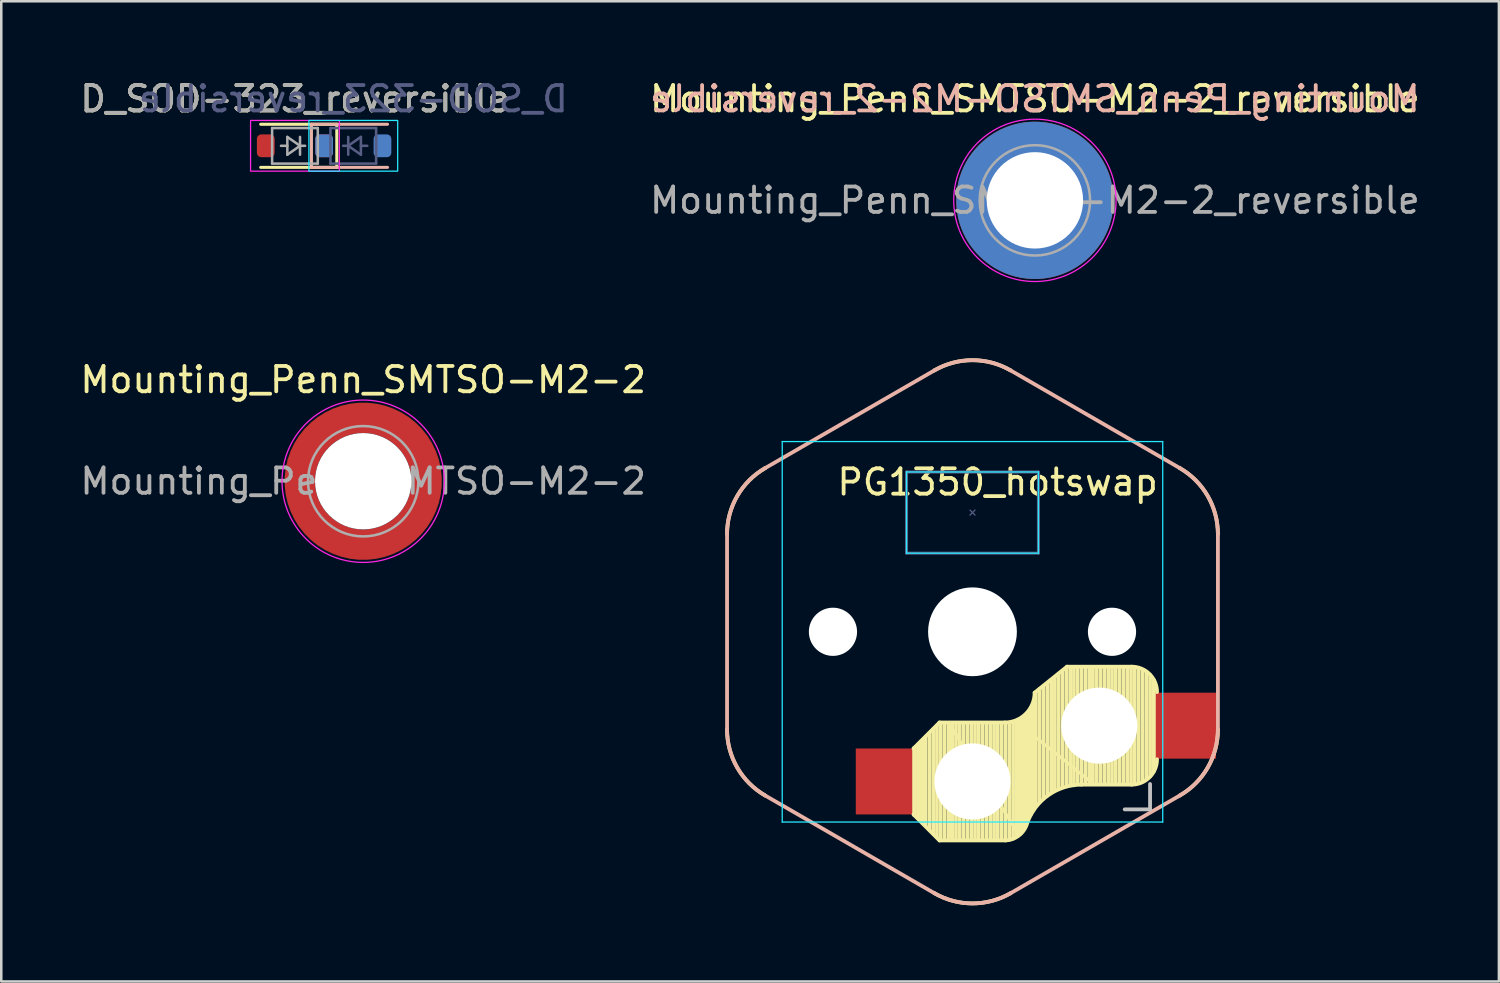
<source format=kicad_pcb>
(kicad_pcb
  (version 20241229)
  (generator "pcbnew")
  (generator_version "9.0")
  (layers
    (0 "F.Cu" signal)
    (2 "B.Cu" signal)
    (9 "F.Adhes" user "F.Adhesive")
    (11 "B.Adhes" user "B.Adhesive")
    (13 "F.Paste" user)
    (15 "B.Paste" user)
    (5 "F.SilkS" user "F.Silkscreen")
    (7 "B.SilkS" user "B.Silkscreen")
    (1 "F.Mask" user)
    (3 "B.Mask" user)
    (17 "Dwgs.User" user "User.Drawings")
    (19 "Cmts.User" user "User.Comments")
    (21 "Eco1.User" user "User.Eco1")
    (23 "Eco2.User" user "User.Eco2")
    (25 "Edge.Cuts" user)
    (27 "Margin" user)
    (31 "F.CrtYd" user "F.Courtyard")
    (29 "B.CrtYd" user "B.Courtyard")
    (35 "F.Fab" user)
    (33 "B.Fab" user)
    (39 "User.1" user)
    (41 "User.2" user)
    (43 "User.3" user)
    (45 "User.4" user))
  (footprint "Mounting_Penn_SMTSO-M2-2"
    (layer "F.Cu")
    (at 11.268 15.921)
    (property "Reference" "Mounting_Penn_SMTSO-M2-2" (at 0 -4 0) (layer "F.SilkS") (effects (font (size 1 1) (thickness 0.15))))
    (attr smd)
    (fp_circle (center 0 0) (end 3.2 0) (stroke (width 0.05) (type solid)) (fill no) (layer "F.CrtYd"))
    (fp_circle (center 0 0) (end 2.175 0) (stroke (width 0.1) (type solid)) (fill no) (layer "F.Fab"))
    (fp_text user "${REFERENCE}" (at 0 0 0) (layer "F.Fab") (effects (font (size 1 1) (thickness 0.15))))
    (pad "" smd circle (at -2.5 0) (size 1.2 1.2) (layers "F.Paste"))
    (pad "" smd circle (at -1.768 -1.768) (size 1.2 1.2) (layers "F.Paste"))
    (pad "" smd circle (at -1.768 1.768) (size 1.2 1.2) (layers "F.Paste"))
    (pad "" smd circle (at 0 -2.5) (size 1.2 1.2) (layers "F.Paste"))
    (pad "" np_thru_hole circle (at 0 0) (size 3.8 3.8) (drill 3.8) (layers "*.Cu" "*.Mask"))
    (pad "" smd circle (at 0 2.5) (size 1.2 1.2) (layers "F.Paste"))
    (pad "" smd circle (at 1.768 -1.768) (size 1.2 1.2) (layers "F.Paste"))
    (pad "" smd circle (at 1.768 1.768) (size 1.2 1.2) (layers "F.Paste"))
    (pad "" smd circle (at 2.5 0) (size 1.2 1.2) (layers "F.Paste"))
    (pad "1" smd circle (at -2.5 0) (size 0.75 0.75) (layers "F.Cu"))
    (pad "1" smd circle (at 0 -2.5) (size 0.75 0.75) (layers "F.Cu"))
    (pad "1" smd circle (at 0 2.5) (size 0.75 0.75) (layers "F.Cu"))
    (pad "1" smd custom (at 2.5 0) (size 0.75 0.75) (layers "F.Cu" "F.Mask") (options (anchor circle)) (primitives (gr_circle (center -2.5 0) (end 0 0) (width 1.2) (fill no)))))
  (footprint "D_SOD-323_reversible"
    (layer "F.Cu")
    (at 9.727 2.698)
    (property "Reference" "D_SOD-323_reversible" (at -1.15 -1.85 0) (layer "F.SilkS") (effects (font (size 1 1) (thickness 0.15))))
    (attr smd)
    (fp_line (start 0.5 -0.85) (end -2.5 -0.85) (stroke (width 0.12) (type solid)) (layer "F.SilkS"))
    (fp_line (start 0.5 -0.85) (end 0.5 0.85) (stroke (width 0.12) (type solid)) (layer "F.SilkS"))
    (fp_line (start 0.5 0.85) (end -2.5 0.85) (stroke (width 0.12) (type solid)) (layer "F.SilkS"))
    (fp_line (start -0.5 -0.85) (end -0.5 0.85) (stroke (width 0.12) (type solid)) (layer "B.SilkS"))
    (fp_line (start -0.5 -0.85) (end 2.5 -0.85) (stroke (width 0.12) (type solid)) (layer "B.SilkS"))
    (fp_line (start -0.5 0.85) (end 2.5 0.85) (stroke (width 0.12) (type solid)) (layer "B.SilkS"))
    (fp_rect (start -0.6 -1) (end 2.9 1) (stroke (width 0.05) (type solid)) (fill no) (layer "B.CrtYd"))
    (fp_rect (start 0.6 -1) (end -2.9 1) (stroke (width 0.05) (type solid)) (fill no) (layer "F.CrtYd"))
    (fp_line (start 0.25 -0.7) (end 2.05 -0.7) (stroke (width 0.1) (type solid)) (layer "B.Fab"))
    (fp_line (start 0.25 0.7) (end 0.25 -0.7) (stroke (width 0.1) (type solid)) (layer "B.Fab"))
    (fp_line (start 0.95 -0.35) (end 0.95 0.35) (stroke (width 0.1) (type solid)) (layer "B.Fab"))
    (fp_line (start 0.95 0) (end 0.75 0) (stroke (width 0.1) (type solid)) (layer "B.Fab"))
    (fp_line (start 0.95 0) (end 1.45 -0.35) (stroke (width 0.1) (type solid)) (layer "B.Fab"))
    (fp_line (start 1.45 -0.35) (end 1.45 0.35) (stroke (width 0.1) (type solid)) (layer "B.Fab"))
    (fp_line (start 1.45 0) (end 1.7 0) (stroke (width 0.1) (type solid)) (layer "B.Fab"))
    (fp_line (start 1.45 0.35) (end 0.95 0) (stroke (width 0.1) (type solid)) (layer "B.Fab"))
    (fp_line (start 2.05 -0.7) (end 2.05 0.7) (stroke (width 0.1) (type solid)) (layer "B.Fab"))
    (fp_line (start 2.05 0.7) (end 0.25 0.7) (stroke (width 0.1) (type solid)) (layer "B.Fab"))
    (fp_line (start -2.05 -0.7) (end -2.05 0.7) (stroke (width 0.1) (type solid)) (layer "F.Fab"))
    (fp_line (start -2.05 0.7) (end -0.25 0.7) (stroke (width 0.1) (type solid)) (layer "F.Fab"))
    (fp_line (start -1.45 -0.35) (end -1.45 0.35) (stroke (width 0.1) (type solid)) (layer "F.Fab"))
    (fp_line (start -1.45 0) (end -1.7 0) (stroke (width 0.1) (type solid)) (layer "F.Fab"))
    (fp_line (start -1.45 0.35) (end -0.95 0) (stroke (width 0.1) (type solid)) (layer "F.Fab"))
    (fp_line (start -0.95 -0.35) (end -0.95 0.35) (stroke (width 0.1) (type solid)) (layer "F.Fab"))
    (fp_line (start -0.95 0) (end -1.45 -0.35) (stroke (width 0.1) (type solid)) (layer "F.Fab"))
    (fp_line (start -0.95 0) (end -0.75 0) (stroke (width 0.1) (type solid)) (layer "F.Fab"))
    (fp_line (start -0.25 -0.7) (end -2.05 -0.7) (stroke (width 0.1) (type solid)) (layer "F.Fab"))
    (fp_line (start -0.25 0.7) (end -0.25 -0.7) (stroke (width 0.1) (type solid)) (layer "F.Fab"))
    (fp_text user "${REFERENCE}" (at 1.15 -1.85 0) (layer "B.Fab") (effects (font (size 1 1) (thickness 0.15)) (justify mirror)))
    (fp_text user "${REFERENCE}" (at -1.15 -1.85 0) (layer "F.Fab") (effects (font (size 1 1) (thickness 0.15))))
    (pad "1" smd roundrect (at 0 0) (size 0.7 0.9) (layers "F.Cu" "F.Mask" "F.Paste") (roundrect_rratio 0.25))
    (pad "1" smd roundrect (at 0 0) (size 0.7 0.9) (layers "B.Cu" "B.Mask" "B.Paste") (roundrect_rratio 0.25))
    (pad "2" smd roundrect (at -2.3 0) (size 0.7 0.9) (layers "F.Cu" "F.Mask" "F.Paste") (roundrect_rratio 0.25))
    (pad "2" smd roundrect (at 2.3 0) (size 0.7 0.9) (layers "B.Cu" "B.Mask" "B.Paste") (roundrect_rratio 0.25)))
  (footprint "Mounting_Penn_SMTSO-M2-2_reversible"
    (layer "F.Cu")
    (at 37.746 4.848)
    (property "Reference" "Mounting_Penn_SMTSO-M2-2_reversible" (at 0 -4 0) (layer "F.SilkS") (effects (font (size 1 1) (thickness 0.15))))
    (attr smd)
    (fp_circle (center 0 0) (end 3.2 0) (stroke (width 0.05) (type solid)) (fill no) (layer "F.CrtYd"))
    (fp_circle (center 0 0) (end 2.175 0) (stroke (width 0.1) (type solid)) (fill no) (layer "F.Fab"))
    (fp_text user "${REFERENCE}" (at 0 -4 0) (unlocked yes) (layer "B.SilkS") (effects (font (size 1 1) (thickness 0.15)) (justify mirror)))
    (fp_text user "${REFERENCE}" (at 0 0 0) (layer "F.Fab") (effects (font (size 1 1) (thickness 0.15))))
    (pad "" smd circle (at -2.5 0) (size 1.2 1.2) (layers "F.Paste"))
    (pad "" smd circle (at -2.5 0) (size 1.2 1.2) (layers "B.Paste"))
    (pad "" smd circle (at -1.768 -1.768) (size 1.2 1.2) (layers "F.Paste"))
    (pad "" smd circle (at -1.768 -1.768) (size 1.2 1.2) (layers "B.Paste"))
    (pad "" smd circle (at -1.768 1.768) (size 1.2 1.2) (layers "F.Paste"))
    (pad "" smd circle (at -1.768 1.768) (size 1.2 1.2) (layers "B.Paste"))
    (pad "" smd circle (at 0 -2.5) (size 1.2 1.2) (layers "F.Paste"))
    (pad "" smd circle (at 0 -2.5) (size 1.2 1.2) (layers "B.Paste"))
    (pad "" smd circle (at 0 2.5) (size 1.2 1.2) (layers "F.Paste"))
    (pad "" smd circle (at 0 2.5) (size 1.2 1.2) (layers "B.Paste"))
    (pad "" smd circle (at 1.768 -1.768) (size 1.2 1.2) (layers "F.Paste"))
    (pad "" smd circle (at 1.768 -1.768) (size 1.2 1.2) (layers "B.Paste"))
    (pad "" smd circle (at 1.768 1.768) (size 1.2 1.2) (layers "F.Paste"))
    (pad "" smd circle (at 1.768 1.768) (size 1.2 1.2) (layers "B.Paste"))
    (pad "" smd circle (at 2.5 0) (size 1.2 1.2) (layers "F.Paste"))
    (pad "" smd circle (at 2.5 0) (size 1.2 1.2) (layers "B.Paste"))
    (pad "1" thru_hole circle (at 0 0) (size 6.2 6.2) (drill 3.8) (layers "*.Cu" "*.Mask")))
  (footprint "PG1350_hotswap"
    (layer "F.Cu")
    (at 35.286 21.856)
    (property "Reference" "PG1350_hotswap" (at 7.4 -5.9 0) (unlocked yes) (layer "F.SilkS") (effects (font (size 1 1) (thickness 0.15)) (justify right)))
    (attr smd)
    (fp_line (start -2.3 4.575) (end -2.3 7.225) (stroke (width 0.15) (type solid)) (layer "F.SilkS"))
    (fp_line (start -2.15 7.35) (end -2.15 4.45) (stroke (width 0.15) (type solid)) (layer "F.SilkS"))
    (fp_line (start -2.05 7.45) (end -2.05 4.35) (stroke (width 0.15) (type solid)) (layer "F.SilkS"))
    (fp_line (start -1.95 7.55) (end -1.95 4.25) (stroke (width 0.15) (type solid)) (layer "F.SilkS"))
    (fp_line (start -1.85 7.65) (end -1.85 4.15) (stroke (width 0.15) (type solid)) (layer "F.SilkS"))
    (fp_line (start -1.7 7.8) (end -1.7 4) (stroke (width 0.15) (type solid)) (layer "F.SilkS"))
    (fp_line (start -1.55 7.95) (end -1.55 3.85) (stroke (width 0.15) (type solid)) (layer "F.SilkS"))
    (fp_line (start -1.4 8.1) (end -1.4 3.7) (stroke (width 0.15) (type solid)) (layer "F.SilkS"))
    (fp_line (start -1.3 3.575) (end -2.325 4.6) (stroke (width 0.15) (type solid)) (layer "F.SilkS"))
    (fp_line (start -1.3 3.575) (end 1.275 3.575) (stroke (width 0.15) (type solid)) (layer "F.SilkS"))
    (fp_line (start -1.3 8.225) (end -2.325 7.2) (stroke (width 0.15) (type solid)) (layer "F.SilkS"))
    (fp_line (start -1.3 8.225) (end 1.3 8.225) (stroke (width 0.15) (type solid)) (layer "F.SilkS"))
    (fp_line (start -1.25 8.2) (end -1.25 3.6) (stroke (width 0.15) (type solid)) (layer "F.SilkS"))
    (fp_line (start -1.1 8.2) (end -1.1 3.6) (stroke (width 0.15) (type solid)) (layer "F.SilkS"))
    (fp_line (start -0.95 8.2) (end -0.95 3.6) (stroke (width 0.15) (type solid)) (layer "F.SilkS"))
    (fp_line (start -0.9 3.65) (end 1.8 7.95) (stroke (width 0.12) (type solid)) (layer "F.SilkS"))
    (fp_line (start -0.9 8.1) (end -0.9 3.65) (stroke (width 0.12) (type solid)) (layer "F.SilkS"))
    (fp_line (start -0.8 8.2) (end -0.8 3.6) (stroke (width 0.15) (type solid)) (layer "F.SilkS"))
    (fp_line (start -0.65 8.2) (end -0.65 3.6) (stroke (width 0.15) (type solid)) (layer "F.SilkS"))
    (fp_line (start -0.5 8.2) (end -0.5 3.6) (stroke (width 0.15) (type solid)) (layer "F.SilkS"))
    (fp_line (start -0.35 8.2) (end -0.35 3.6) (stroke (width 0.15) (type solid)) (layer "F.SilkS"))
    (fp_line (start -0.2 8.2) (end -0.2 3.6) (stroke (width 0.15) (type solid)) (layer "F.SilkS"))
    (fp_line (start -0.05 8.2) (end -0.05 3.6) (stroke (width 0.15) (type solid)) (layer "F.SilkS"))
    (fp_line (start 0.1 8.2) (end 0.1 3.6) (stroke (width 0.15) (type solid)) (layer "F.SilkS"))
    (fp_line (start 0.25 8.2) (end 0.25 3.6) (stroke (width 0.15) (type solid)) (layer "F.SilkS"))
    (fp_line (start 0.4 8.2) (end 0.4 3.6) (stroke (width 0.15) (type solid)) (layer "F.SilkS"))
    (fp_line (start 0.55 8.2) (end 0.55 3.6) (stroke (width 0.15) (type solid)) (layer "F.SilkS"))
    (fp_line (start 0.7 8.2) (end 0.7 3.6) (stroke (width 0.15) (type solid)) (layer "F.SilkS"))
    (fp_line (start 0.85 8.2) (end 0.85 3.6) (stroke (width 0.15) (type solid)) (layer "F.SilkS"))
    (fp_line (start 1 8.2) (end 1 3.6) (stroke (width 0.15) (type solid)) (layer "F.SilkS"))
    (fp_line (start 1.15 8.2) (end 1.15 3.65) (stroke (width 0.15) (type solid)) (layer "F.SilkS"))
    (fp_line (start 1.3 8.2) (end 1.3 3.6) (stroke (width 0.15) (type solid)) (layer "F.SilkS"))
    (fp_line (start 1.45 8.2) (end 1.45 3.6) (stroke (width 0.15) (type solid)) (layer "F.SilkS"))
    (fp_line (start 1.6 8.15) (end 1.6 3.6) (stroke (width 0.15) (type solid)) (layer "F.SilkS"))
    (fp_line (start 1.75 8.05) (end 1.75 3.5) (stroke (width 0.15) (type solid)) (layer "F.SilkS"))
    (fp_line (start 1.8 3.6) (end 4.65 5.9) (stroke (width 0.12) (type solid)) (layer "F.SilkS"))
    (fp_line (start 1.8 7.95) (end 1.8 3.6) (stroke (width 0.12) (type solid)) (layer "F.SilkS"))
    (fp_line (start 1.9 7.95) (end 1.9 3.45) (stroke (width 0.15) (type solid)) (layer "F.SilkS"))
    (fp_line (start 2 7.8) (end 2 3.4) (stroke (width 0.15) (type solid)) (layer "F.SilkS"))
    (fp_line (start 2.1 7.55) (end 2.1 3.35) (stroke (width 0.15) (type solid)) (layer "F.SilkS"))
    (fp_line (start 2.2 7.4) (end 2.2 3.25) (stroke (width 0.15) (type solid)) (layer "F.SilkS"))
    (fp_line (start 2.3 7.2) (end 2.3 3.05) (stroke (width 0.15) (type solid)) (layer "F.SilkS"))
    (fp_line (start 2.4 7.05) (end 2.4 2.9) (stroke (width 0.15) (type solid)) (layer "F.SilkS"))
    (fp_line (start 2.5 6.85) (end 2.5 2.4) (stroke (width 0.15) (type solid)) (layer "F.SilkS"))
    (fp_line (start 2.65 6.7) (end 2.65 2.25) (stroke (width 0.15) (type solid)) (layer "F.SilkS"))
    (fp_line (start 2.8 6.55) (end 2.8 2.15) (stroke (width 0.15) (type solid)) (layer "F.SilkS"))
    (fp_line (start 2.95 6.45) (end 2.95 2.05) (stroke (width 0.15) (type solid)) (layer "F.SilkS"))
    (fp_line (start 3.1 6.35) (end 3.1 1.9) (stroke (width 0.15) (type solid)) (layer "F.SilkS"))
    (fp_line (start 3.25 6.25) (end 3.25 1.8) (stroke (width 0.15) (type solid)) (layer "F.SilkS"))
    (fp_line (start 3.4 6.2) (end 3.4 1.65) (stroke (width 0.15) (type solid)) (layer "F.SilkS"))
    (fp_line (start 3.55 6.1) (end 3.55 1.55) (stroke (width 0.15) (type solid)) (layer "F.SilkS"))
    (fp_line (start 3.7 6.05) (end 3.7 1.45) (stroke (width 0.15) (type solid)) (layer "F.SilkS"))
    (fp_line (start 3.725 1.375) (end 2.45 2.4) (stroke (width 0.15) (type solid)) (layer "F.SilkS"))
    (fp_line (start 3.725 1.375) (end 6.275 1.375) (stroke (width 0.15) (type solid)) (layer "F.SilkS"))
    (fp_line (start 3.85 6.05) (end 3.85 1.4) (stroke (width 0.15) (type solid)) (layer "F.SilkS"))
    (fp_line (start 4 6.05) (end 4 1.4) (stroke (width 0.15) (type solid)) (layer "F.SilkS"))
    (fp_line (start 4.15 6) (end 4.15 1.45) (stroke (width 0.15) (type solid)) (layer "F.SilkS"))
    (fp_line (start 4.3 6) (end 4.3 1.4) (stroke (width 0.15) (type solid)) (layer "F.SilkS"))
    (fp_line (start 4.3 6.025) (end 6.275 6.025) (stroke (width 0.15) (type solid)) (layer "F.SilkS"))
    (fp_line (start 4.45 6) (end 4.45 1.4) (stroke (width 0.15) (type solid)) (layer "F.SilkS"))
    (fp_line (start 4.6 6) (end 4.6 1.4) (stroke (width 0.15) (type solid)) (layer "F.SilkS"))
    (fp_line (start 4.65 5.9) (end 4.65 1.4) (stroke (width 0.12) (type solid)) (layer "F.SilkS"))
    (fp_line (start 4.75 6) (end 4.75 1.4) (stroke (width 0.15) (type solid)) (layer "F.SilkS"))
    (fp_line (start 4.9 6) (end 4.9 1.4) (stroke (width 0.15) (type solid)) (layer "F.SilkS"))
    (fp_line (start 5.05 6) (end 5.05 1.4) (stroke (width 0.15) (type solid)) (layer "F.SilkS"))
    (fp_line (start 5.2 6) (end 5.2 1.4) (stroke (width 0.15) (type solid)) (layer "F.SilkS"))
    (fp_line (start 5.35 6) (end 5.35 1.4) (stroke (width 0.15) (type solid)) (layer "F.SilkS"))
    (fp_line (start 5.5 6) (end 5.5 1.4) (stroke (width 0.15) (type solid)) (layer "F.SilkS"))
    (fp_line (start 5.65 6) (end 5.65 1.4) (stroke (width 0.15) (type solid)) (layer "F.SilkS"))
    (fp_line (start 5.8 6) (end 5.8 1.4) (stroke (width 0.15) (type solid)) (layer "F.SilkS"))
    (fp_line (start 5.95 6) (end 5.95 1.4) (stroke (width 0.15) (type solid)) (layer "F.SilkS"))
    (fp_line (start 6.1 6) (end 6.1 1.4) (stroke (width 0.15) (type solid)) (layer "F.SilkS"))
    (fp_line (start 6.25 6) (end 6.25 1.4) (stroke (width 0.15) (type solid)) (layer "F.SilkS"))
    (fp_line (start 6.4 6) (end 6.4 1.45) (stroke (width 0.15) (type solid)) (layer "F.SilkS"))
    (fp_line (start 6.55 5.95) (end 6.55 1.45) (stroke (width 0.15) (type solid)) (layer "F.SilkS"))
    (fp_line (start 6.7 5.9) (end 6.7 1.5) (stroke (width 0.15) (type solid)) (layer "F.SilkS"))
    (fp_line (start 6.85 5.8) (end 6.85 1.6) (stroke (width 0.15) (type solid)) (layer "F.SilkS"))
    (fp_line (start 7 5.7) (end 7 1.7) (stroke (width 0.15) (type solid)) (layer "F.SilkS"))
    (fp_line (start 7.15 5.5) (end 7.15 1.9) (stroke (width 0.15) (type solid)) (layer "F.SilkS"))
    (fp_arc (start -9.675 -3.853813) (mid -9.27308 -5.353815) (end -8.175 -6.451889) (stroke (width 0.15) (type solid)) (layer "F.SilkS"))
    (fp_arc (start -8.175 6.451889) (mid -9.273075 5.353812) (end -9.675 3.853813) (stroke (width 0.15) (type solid)) (layer "F.SilkS"))
    (fp_arc (start -1.499999 -10.305702) (mid 0.000001 -10.707625) (end 1.5 -10.305701) (stroke (width 0.15) (type solid)) (layer "F.SilkS"))
    (fp_arc (start 1.499999 10.305702) (mid -0.000001 10.707625) (end -1.5 10.305701) (stroke (width 0.15) (type solid)) (layer "F.SilkS"))
    (fp_arc (start 2.162199 7.521904) (mid 1.848285 8.016022) (end 1.300995 8.223791) (stroke (width 0.15) (type solid)) (layer "F.SilkS"))
    (fp_arc (start 2.162199 7.521904) (mid 2.995114 6.436429) (end 4.3 6.025) (stroke (width 0.15) (type solid)) (layer "F.SilkS"))
    (fp_arc (start 2.45 2.4) (mid 2.10585 3.23085) (end 1.275 3.575) (stroke (width 0.15) (type solid)) (layer "F.SilkS"))
    (fp_arc (start 6.275 1.375) (mid 6.982107 1.667893) (end 7.275 2.375) (stroke (width 0.15) (type solid)) (layer "F.SilkS"))
    (fp_arc (start 7.275 5.025) (mid 6.982107 5.732107) (end 6.275 6.025) (stroke (width 0.15) (type solid)) (layer "F.SilkS"))
    (fp_arc (start 8.174999 -6.451889) (mid 9.273075 -5.353813) (end 9.674999 -3.853813) (stroke (width 0.15) (type solid)) (layer "F.SilkS"))
    (fp_arc (start 9.675 3.853813) (mid 9.273076 5.353813) (end 8.175 6.451889) (stroke (width 0.15) (type solid)) (layer "F.SilkS"))
    (fp_line (start -9.675 3.854) (end -9.675 -3.854) (stroke (width 0.15) (type solid)) (layer "B.SilkS"))
    (fp_line (start -8.175 -6.452) (end -1.5 -10.306) (stroke (width 0.15) (type solid)) (layer "B.SilkS"))
    (fp_line (start -1.5 10.306) (end -8.175 6.452) (stroke (width 0.15) (type solid)) (layer "B.SilkS"))
    (fp_line (start 1.5 -10.306) (end 8.175 -6.452) (stroke (width 0.15) (type solid)) (layer "B.SilkS"))
    (fp_line (start 8.175 6.452) (end 1.5 10.306) (stroke (width 0.15) (type solid)) (layer "B.SilkS"))
    (fp_line (start 9.675 -3.854) (end 9.675 3.854) (stroke (width 0.15) (type solid)) (layer "B.SilkS"))
    (fp_arc (start -9.675 -3.853813) (mid -9.27308 -5.353815) (end -8.175 -6.451889) (stroke (width 0.15) (type solid)) (layer "B.SilkS"))
    (fp_arc (start -8.175 6.451889) (mid -9.273075 5.353812) (end -9.675 3.853813) (stroke (width 0.15) (type solid)) (layer "B.SilkS"))
    (fp_arc (start -1.499999 -10.305702) (mid 0.000001 -10.707625) (end 1.5 -10.305701) (stroke (width 0.15) (type solid)) (layer "B.SilkS"))
    (fp_arc (start 1.499999 10.305702) (mid -0.000001 10.707625) (end -1.5 10.305701) (stroke (width 0.15) (type solid)) (layer "B.SilkS"))
    (fp_arc (start 8.174999 -6.451889) (mid 9.273075 -5.353813) (end 9.674999 -3.853813) (stroke (width 0.15) (type solid)) (layer "B.SilkS"))
    (fp_arc (start 9.675 3.853813) (mid 9.273076 5.353813) (end 8.175 6.451889) (stroke (width 0.15) (type solid)) (layer "B.SilkS"))
    (fp_line (start 6 7) (end 7 7) (stroke (width 0.15) (type solid)) (layer "Dwgs.User"))
    (fp_line (start 7 7) (end 7 6) (stroke (width 0.15) (type solid)) (layer "Dwgs.User"))
    (fp_line (start -7.5 -7.5) (end -7.5 7.5) (stroke (width 0.05) (type solid)) (layer "B.CrtYd"))
    (fp_line (start -7.5 7.5) (end 7.5 7.5) (stroke (width 0.05) (type solid)) (layer "B.CrtYd"))
    (fp_line (start -2.6 -6.3) (end -2.6 -3.1) (stroke (width 0.05) (type solid)) (layer "B.CrtYd"))
    (fp_line (start -2.6 -6.3) (end 2.6 -6.3) (stroke (width 0.05) (type solid)) (layer "B.CrtYd"))
    (fp_line (start -2.6 -3.1) (end 2.6 -3.1) (stroke (width 0.05) (type solid)) (layer "B.CrtYd"))
    (fp_line (start 2.6 -3.1) (end 2.6 -6.3) (stroke (width 0.05) (type solid)) (layer "B.CrtYd"))
    (fp_line (start 7.5 -7.5) (end -7.5 -7.5) (stroke (width 0.05) (type solid)) (layer "B.CrtYd"))
    (fp_line (start 7.5 7.5) (end 7.5 -7.5) (stroke (width 0.05) (type solid)) (layer "B.CrtYd"))
    (fp_line (start -2.6 -6.3) (end -2.6 -3.1) (stroke (width 0.12) (type solid)) (layer "B.Fab"))
    (fp_line (start -2.6 -3.1) (end 2.6 -3.1) (stroke (width 0.12) (type solid)) (layer "B.Fab"))
    (fp_line (start -0.1 -4.8) (end 0.1 -4.6) (stroke (width 0.05) (type solid)) (layer "B.Fab"))
    (fp_line (start 0.1 -4.8) (end -0.1 -4.6) (stroke (width 0.05) (type solid)) (layer "B.Fab"))
    (fp_line (start 2.6 -6.3) (end -2.6 -6.3) (stroke (width 0.12) (type solid)) (layer "B.Fab"))
    (fp_line (start 2.6 -3.1) (end 2.6 -6.3) (stroke (width 0.12) (type solid)) (layer "B.Fab"))
    (pad "" np_thru_hole circle (at -5.5 0 270) (size 1.9 1.9) (drill 1.9) (layers "*.Cu"))
    (pad "" np_thru_hole circle (at 0 0 270) (size 3.5 3.5) (drill 3.5) (layers "*.Cu"))
    (pad "" np_thru_hole circle (at 0 5.9 270) (size 3 3) (drill 3) (layers "*.Cu" "*.Mask"))
    (pad "" np_thru_hole circle (at 5 3.7 270) (size 3 3) (drill 3) (layers "*.Cu" "*.Mask"))
    (pad "" np_thru_hole circle (at 5.5 0 270) (size 1.9 1.9) (drill 1.9) (layers "*.Cu"))
    (pad "1" smd rect (at 8.3 3.7 180) (size 2.6 2.6) (layers "F.Cu" "F.Mask" "F.Paste"))
    (pad "2" smd rect (at -3.3 5.9 180) (size 2.6 2.6) (layers "F.Cu" "F.Mask" "F.Paste")))
  (gr_rect
    (start -3 -3)
    (end 56.038 35.639)
    (stroke (width 0.1) (type default))
    (fill no)
    (layer "Edge.Cuts")))
</source>
